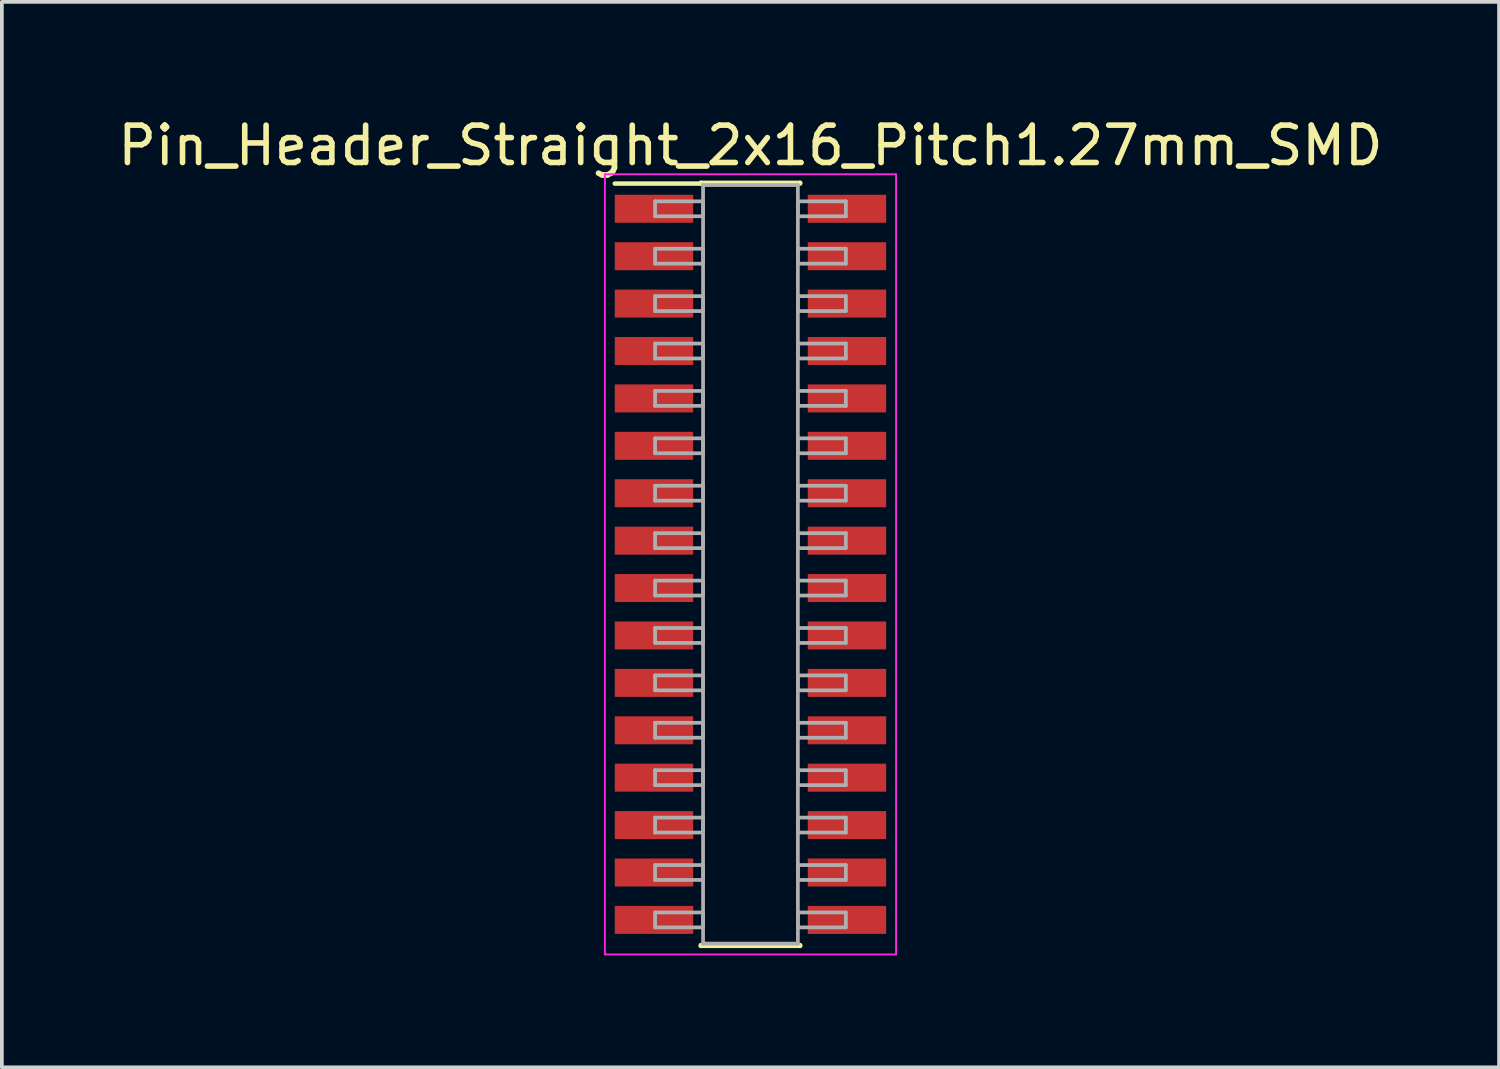
<source format=kicad_pcb>
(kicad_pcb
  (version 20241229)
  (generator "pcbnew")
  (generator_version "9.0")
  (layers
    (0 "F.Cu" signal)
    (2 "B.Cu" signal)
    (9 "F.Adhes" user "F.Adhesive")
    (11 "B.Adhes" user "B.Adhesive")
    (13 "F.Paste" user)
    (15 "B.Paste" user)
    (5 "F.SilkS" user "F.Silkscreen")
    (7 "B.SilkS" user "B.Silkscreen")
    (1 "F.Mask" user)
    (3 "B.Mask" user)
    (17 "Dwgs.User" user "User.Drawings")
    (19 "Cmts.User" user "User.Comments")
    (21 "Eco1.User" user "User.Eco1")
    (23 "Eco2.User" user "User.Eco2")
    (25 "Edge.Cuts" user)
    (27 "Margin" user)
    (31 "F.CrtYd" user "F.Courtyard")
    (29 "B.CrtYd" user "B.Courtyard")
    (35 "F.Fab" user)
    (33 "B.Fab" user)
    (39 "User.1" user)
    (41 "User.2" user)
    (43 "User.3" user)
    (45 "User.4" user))
  (footprint "Pin_Header_Straight_2x16_Pitch1.27mm_SMD"
    (layer "F.Cu")
    (at 17.054 12.068)
    (property "Reference" "Pin_Header_Straight_2x16_Pitch1.27mm_SMD" (at 0 -11.22 0) (layer "F.SilkS") (effects (font (size 1 1) (thickness 0.15))))
    (attr smd)
    (fp_line (start -3.635 -10.2) (end -1.33 -10.2) (stroke (width 0.12) (type solid)) (layer "F.SilkS"))
    (fp_line (start -1.33 -10.22) (end 1.33 -10.22) (stroke (width 0.12) (type solid)) (layer "F.SilkS"))
    (fp_line (start -1.33 -10.2) (end -1.33 -10.22) (stroke (width 0.12) (type solid)) (layer "F.SilkS"))
    (fp_line (start -1.33 10.2) (end -1.33 10.22) (stroke (width 0.12) (type solid)) (layer "F.SilkS"))
    (fp_line (start -1.33 10.22) (end 1.33 10.22) (stroke (width 0.12) (type solid)) (layer "F.SilkS"))
    (fp_line (start 1.33 -10.22) (end 1.33 -10.2) (stroke (width 0.12) (type solid)) (layer "F.SilkS"))
    (fp_line (start 1.33 10.22) (end 1.33 10.2) (stroke (width 0.12) (type solid)) (layer "F.SilkS"))
    (fp_line (start -3.9 -10.45) (end -3.9 10.45) (stroke (width 0.05) (type solid)) (layer "F.CrtYd"))
    (fp_line (start -3.9 10.45) (end 3.9 10.45) (stroke (width 0.05) (type solid)) (layer "F.CrtYd"))
    (fp_line (start 3.9 -10.45) (end -3.9 -10.45) (stroke (width 0.05) (type solid)) (layer "F.CrtYd"))
    (fp_line (start 3.9 10.45) (end 3.9 -10.45) (stroke (width 0.05) (type solid)) (layer "F.CrtYd"))
    (fp_line (start -2.555 -9.725) (end -1.27 -9.725) (stroke (width 0.1) (type solid)) (layer "F.Fab"))
    (fp_line (start -2.555 -9.325) (end -2.555 -9.725) (stroke (width 0.1) (type solid)) (layer "F.Fab"))
    (fp_line (start -2.555 -8.455) (end -1.27 -8.455) (stroke (width 0.1) (type solid)) (layer "F.Fab"))
    (fp_line (start -2.555 -8.055) (end -2.555 -8.455) (stroke (width 0.1) (type solid)) (layer "F.Fab"))
    (fp_line (start -2.555 -7.185) (end -1.27 -7.185) (stroke (width 0.1) (type solid)) (layer "F.Fab"))
    (fp_line (start -2.555 -6.785) (end -2.555 -7.185) (stroke (width 0.1) (type solid)) (layer "F.Fab"))
    (fp_line (start -2.555 -5.915) (end -1.27 -5.915) (stroke (width 0.1) (type solid)) (layer "F.Fab"))
    (fp_line (start -2.555 -5.515) (end -2.555 -5.915) (stroke (width 0.1) (type solid)) (layer "F.Fab"))
    (fp_line (start -2.555 -4.645) (end -1.27 -4.645) (stroke (width 0.1) (type solid)) (layer "F.Fab"))
    (fp_line (start -2.555 -4.245) (end -2.555 -4.645) (stroke (width 0.1) (type solid)) (layer "F.Fab"))
    (fp_line (start -2.555 -3.375) (end -1.27 -3.375) (stroke (width 0.1) (type solid)) (layer "F.Fab"))
    (fp_line (start -2.555 -2.975) (end -2.555 -3.375) (stroke (width 0.1) (type solid)) (layer "F.Fab"))
    (fp_line (start -2.555 -2.105) (end -1.27 -2.105) (stroke (width 0.1) (type solid)) (layer "F.Fab"))
    (fp_line (start -2.555 -1.705) (end -2.555 -2.105) (stroke (width 0.1) (type solid)) (layer "F.Fab"))
    (fp_line (start -2.555 -0.835) (end -1.27 -0.835) (stroke (width 0.1) (type solid)) (layer "F.Fab"))
    (fp_line (start -2.555 -0.435) (end -2.555 -0.835) (stroke (width 0.1) (type solid)) (layer "F.Fab"))
    (fp_line (start -2.555 0.435) (end -1.27 0.435) (stroke (width 0.1) (type solid)) (layer "F.Fab"))
    (fp_line (start -2.555 0.835) (end -2.555 0.435) (stroke (width 0.1) (type solid)) (layer "F.Fab"))
    (fp_line (start -2.555 1.705) (end -1.27 1.705) (stroke (width 0.1) (type solid)) (layer "F.Fab"))
    (fp_line (start -2.555 2.105) (end -2.555 1.705) (stroke (width 0.1) (type solid)) (layer "F.Fab"))
    (fp_line (start -2.555 2.975) (end -1.27 2.975) (stroke (width 0.1) (type solid)) (layer "F.Fab"))
    (fp_line (start -2.555 3.375) (end -2.555 2.975) (stroke (width 0.1) (type solid)) (layer "F.Fab"))
    (fp_line (start -2.555 4.245) (end -1.27 4.245) (stroke (width 0.1) (type solid)) (layer "F.Fab"))
    (fp_line (start -2.555 4.645) (end -2.555 4.245) (stroke (width 0.1) (type solid)) (layer "F.Fab"))
    (fp_line (start -2.555 5.515) (end -1.27 5.515) (stroke (width 0.1) (type solid)) (layer "F.Fab"))
    (fp_line (start -2.555 5.915) (end -2.555 5.515) (stroke (width 0.1) (type solid)) (layer "F.Fab"))
    (fp_line (start -2.555 6.785) (end -1.27 6.785) (stroke (width 0.1) (type solid)) (layer "F.Fab"))
    (fp_line (start -2.555 7.185) (end -2.555 6.785) (stroke (width 0.1) (type solid)) (layer "F.Fab"))
    (fp_line (start -2.555 8.055) (end -1.27 8.055) (stroke (width 0.1) (type solid)) (layer "F.Fab"))
    (fp_line (start -2.555 8.455) (end -2.555 8.055) (stroke (width 0.1) (type solid)) (layer "F.Fab"))
    (fp_line (start -2.555 9.325) (end -1.27 9.325) (stroke (width 0.1) (type solid)) (layer "F.Fab"))
    (fp_line (start -2.555 9.725) (end -2.555 9.325) (stroke (width 0.1) (type solid)) (layer "F.Fab"))
    (fp_line (start -1.27 -10.16) (end -1.27 10.16) (stroke (width 0.1) (type solid)) (layer "F.Fab"))
    (fp_line (start -1.27 -9.725) (end -1.27 -9.325) (stroke (width 0.1) (type solid)) (layer "F.Fab"))
    (fp_line (start -1.27 -9.325) (end -2.555 -9.325) (stroke (width 0.1) (type solid)) (layer "F.Fab"))
    (fp_line (start -1.27 -8.455) (end -1.27 -8.055) (stroke (width 0.1) (type solid)) (layer "F.Fab"))
    (fp_line (start -1.27 -8.055) (end -2.555 -8.055) (stroke (width 0.1) (type solid)) (layer "F.Fab"))
    (fp_line (start -1.27 -7.185) (end -1.27 -6.785) (stroke (width 0.1) (type solid)) (layer "F.Fab"))
    (fp_line (start -1.27 -6.785) (end -2.555 -6.785) (stroke (width 0.1) (type solid)) (layer "F.Fab"))
    (fp_line (start -1.27 -5.915) (end -1.27 -5.515) (stroke (width 0.1) (type solid)) (layer "F.Fab"))
    (fp_line (start -1.27 -5.515) (end -2.555 -5.515) (stroke (width 0.1) (type solid)) (layer "F.Fab"))
    (fp_line (start -1.27 -4.645) (end -1.27 -4.245) (stroke (width 0.1) (type solid)) (layer "F.Fab"))
    (fp_line (start -1.27 -4.245) (end -2.555 -4.245) (stroke (width 0.1) (type solid)) (layer "F.Fab"))
    (fp_line (start -1.27 -3.375) (end -1.27 -2.975) (stroke (width 0.1) (type solid)) (layer "F.Fab"))
    (fp_line (start -1.27 -2.975) (end -2.555 -2.975) (stroke (width 0.1) (type solid)) (layer "F.Fab"))
    (fp_line (start -1.27 -2.105) (end -1.27 -1.705) (stroke (width 0.1) (type solid)) (layer "F.Fab"))
    (fp_line (start -1.27 -1.705) (end -2.555 -1.705) (stroke (width 0.1) (type solid)) (layer "F.Fab"))
    (fp_line (start -1.27 -0.835) (end -1.27 -0.435) (stroke (width 0.1) (type solid)) (layer "F.Fab"))
    (fp_line (start -1.27 -0.435) (end -2.555 -0.435) (stroke (width 0.1) (type solid)) (layer "F.Fab"))
    (fp_line (start -1.27 0.435) (end -1.27 0.835) (stroke (width 0.1) (type solid)) (layer "F.Fab"))
    (fp_line (start -1.27 0.835) (end -2.555 0.835) (stroke (width 0.1) (type solid)) (layer "F.Fab"))
    (fp_line (start -1.27 1.705) (end -1.27 2.105) (stroke (width 0.1) (type solid)) (layer "F.Fab"))
    (fp_line (start -1.27 2.105) (end -2.555 2.105) (stroke (width 0.1) (type solid)) (layer "F.Fab"))
    (fp_line (start -1.27 2.975) (end -1.27 3.375) (stroke (width 0.1) (type solid)) (layer "F.Fab"))
    (fp_line (start -1.27 3.375) (end -2.555 3.375) (stroke (width 0.1) (type solid)) (layer "F.Fab"))
    (fp_line (start -1.27 4.245) (end -1.27 4.645) (stroke (width 0.1) (type solid)) (layer "F.Fab"))
    (fp_line (start -1.27 4.645) (end -2.555 4.645) (stroke (width 0.1) (type solid)) (layer "F.Fab"))
    (fp_line (start -1.27 5.515) (end -1.27 5.915) (stroke (width 0.1) (type solid)) (layer "F.Fab"))
    (fp_line (start -1.27 5.915) (end -2.555 5.915) (stroke (width 0.1) (type solid)) (layer "F.Fab"))
    (fp_line (start -1.27 6.785) (end -1.27 7.185) (stroke (width 0.1) (type solid)) (layer "F.Fab"))
    (fp_line (start -1.27 7.185) (end -2.555 7.185) (stroke (width 0.1) (type solid)) (layer "F.Fab"))
    (fp_line (start -1.27 8.055) (end -1.27 8.455) (stroke (width 0.1) (type solid)) (layer "F.Fab"))
    (fp_line (start -1.27 8.455) (end -2.555 8.455) (stroke (width 0.1) (type solid)) (layer "F.Fab"))
    (fp_line (start -1.27 9.325) (end -1.27 9.725) (stroke (width 0.1) (type solid)) (layer "F.Fab"))
    (fp_line (start -1.27 9.725) (end -2.555 9.725) (stroke (width 0.1) (type solid)) (layer "F.Fab"))
    (fp_line (start -1.27 10.16) (end 1.27 10.16) (stroke (width 0.1) (type solid)) (layer "F.Fab"))
    (fp_line (start 1.27 -10.16) (end -1.27 -10.16) (stroke (width 0.1) (type solid)) (layer "F.Fab"))
    (fp_line (start 1.27 -9.725) (end 1.27 -9.325) (stroke (width 0.1) (type solid)) (layer "F.Fab"))
    (fp_line (start 1.27 -9.325) (end 2.555 -9.325) (stroke (width 0.1) (type solid)) (layer "F.Fab"))
    (fp_line (start 1.27 -8.455) (end 1.27 -8.055) (stroke (width 0.1) (type solid)) (layer "F.Fab"))
    (fp_line (start 1.27 -8.055) (end 2.555 -8.055) (stroke (width 0.1) (type solid)) (layer "F.Fab"))
    (fp_line (start 1.27 -7.185) (end 1.27 -6.785) (stroke (width 0.1) (type solid)) (layer "F.Fab"))
    (fp_line (start 1.27 -6.785) (end 2.555 -6.785) (stroke (width 0.1) (type solid)) (layer "F.Fab"))
    (fp_line (start 1.27 -5.915) (end 1.27 -5.515) (stroke (width 0.1) (type solid)) (layer "F.Fab"))
    (fp_line (start 1.27 -5.515) (end 2.555 -5.515) (stroke (width 0.1) (type solid)) (layer "F.Fab"))
    (fp_line (start 1.27 -4.645) (end 1.27 -4.245) (stroke (width 0.1) (type solid)) (layer "F.Fab"))
    (fp_line (start 1.27 -4.245) (end 2.555 -4.245) (stroke (width 0.1) (type solid)) (layer "F.Fab"))
    (fp_line (start 1.27 -3.375) (end 1.27 -2.975) (stroke (width 0.1) (type solid)) (layer "F.Fab"))
    (fp_line (start 1.27 -2.975) (end 2.555 -2.975) (stroke (width 0.1) (type solid)) (layer "F.Fab"))
    (fp_line (start 1.27 -2.105) (end 1.27 -1.705) (stroke (width 0.1) (type solid)) (layer "F.Fab"))
    (fp_line (start 1.27 -1.705) (end 2.555 -1.705) (stroke (width 0.1) (type solid)) (layer "F.Fab"))
    (fp_line (start 1.27 -0.835) (end 1.27 -0.435) (stroke (width 0.1) (type solid)) (layer "F.Fab"))
    (fp_line (start 1.27 -0.435) (end 2.555 -0.435) (stroke (width 0.1) (type solid)) (layer "F.Fab"))
    (fp_line (start 1.27 0.435) (end 1.27 0.835) (stroke (width 0.1) (type solid)) (layer "F.Fab"))
    (fp_line (start 1.27 0.835) (end 2.555 0.835) (stroke (width 0.1) (type solid)) (layer "F.Fab"))
    (fp_line (start 1.27 1.705) (end 1.27 2.105) (stroke (width 0.1) (type solid)) (layer "F.Fab"))
    (fp_line (start 1.27 2.105) (end 2.555 2.105) (stroke (width 0.1) (type solid)) (layer "F.Fab"))
    (fp_line (start 1.27 2.975) (end 1.27 3.375) (stroke (width 0.1) (type solid)) (layer "F.Fab"))
    (fp_line (start 1.27 3.375) (end 2.555 3.375) (stroke (width 0.1) (type solid)) (layer "F.Fab"))
    (fp_line (start 1.27 4.245) (end 1.27 4.645) (stroke (width 0.1) (type solid)) (layer "F.Fab"))
    (fp_line (start 1.27 4.645) (end 2.555 4.645) (stroke (width 0.1) (type solid)) (layer "F.Fab"))
    (fp_line (start 1.27 5.515) (end 1.27 5.915) (stroke (width 0.1) (type solid)) (layer "F.Fab"))
    (fp_line (start 1.27 5.915) (end 2.555 5.915) (stroke (width 0.1) (type solid)) (layer "F.Fab"))
    (fp_line (start 1.27 6.785) (end 1.27 7.185) (stroke (width 0.1) (type solid)) (layer "F.Fab"))
    (fp_line (start 1.27 7.185) (end 2.555 7.185) (stroke (width 0.1) (type solid)) (layer "F.Fab"))
    (fp_line (start 1.27 8.055) (end 1.27 8.455) (stroke (width 0.1) (type solid)) (layer "F.Fab"))
    (fp_line (start 1.27 8.455) (end 2.555 8.455) (stroke (width 0.1) (type solid)) (layer "F.Fab"))
    (fp_line (start 1.27 9.325) (end 1.27 9.725) (stroke (width 0.1) (type solid)) (layer "F.Fab"))
    (fp_line (start 1.27 9.725) (end 2.555 9.725) (stroke (width 0.1) (type solid)) (layer "F.Fab"))
    (fp_line (start 1.27 10.16) (end 1.27 -10.16) (stroke (width 0.1) (type solid)) (layer "F.Fab"))
    (fp_line (start 2.555 -9.725) (end 1.27 -9.725) (stroke (width 0.1) (type solid)) (layer "F.Fab"))
    (fp_line (start 2.555 -9.325) (end 2.555 -9.725) (stroke (width 0.1) (type solid)) (layer "F.Fab"))
    (fp_line (start 2.555 -8.455) (end 1.27 -8.455) (stroke (width 0.1) (type solid)) (layer "F.Fab"))
    (fp_line (start 2.555 -8.055) (end 2.555 -8.455) (stroke (width 0.1) (type solid)) (layer "F.Fab"))
    (fp_line (start 2.555 -7.185) (end 1.27 -7.185) (stroke (width 0.1) (type solid)) (layer "F.Fab"))
    (fp_line (start 2.555 -6.785) (end 2.555 -7.185) (stroke (width 0.1) (type solid)) (layer "F.Fab"))
    (fp_line (start 2.555 -5.915) (end 1.27 -5.915) (stroke (width 0.1) (type solid)) (layer "F.Fab"))
    (fp_line (start 2.555 -5.515) (end 2.555 -5.915) (stroke (width 0.1) (type solid)) (layer "F.Fab"))
    (fp_line (start 2.555 -4.645) (end 1.27 -4.645) (stroke (width 0.1) (type solid)) (layer "F.Fab"))
    (fp_line (start 2.555 -4.245) (end 2.555 -4.645) (stroke (width 0.1) (type solid)) (layer "F.Fab"))
    (fp_line (start 2.555 -3.375) (end 1.27 -3.375) (stroke (width 0.1) (type solid)) (layer "F.Fab"))
    (fp_line (start 2.555 -2.975) (end 2.555 -3.375) (stroke (width 0.1) (type solid)) (layer "F.Fab"))
    (fp_line (start 2.555 -2.105) (end 1.27 -2.105) (stroke (width 0.1) (type solid)) (layer "F.Fab"))
    (fp_line (start 2.555 -1.705) (end 2.555 -2.105) (stroke (width 0.1) (type solid)) (layer "F.Fab"))
    (fp_line (start 2.555 -0.835) (end 1.27 -0.835) (stroke (width 0.1) (type solid)) (layer "F.Fab"))
    (fp_line (start 2.555 -0.435) (end 2.555 -0.835) (stroke (width 0.1) (type solid)) (layer "F.Fab"))
    (fp_line (start 2.555 0.435) (end 1.27 0.435) (stroke (width 0.1) (type solid)) (layer "F.Fab"))
    (fp_line (start 2.555 0.835) (end 2.555 0.435) (stroke (width 0.1) (type solid)) (layer "F.Fab"))
    (fp_line (start 2.555 1.705) (end 1.27 1.705) (stroke (width 0.1) (type solid)) (layer "F.Fab"))
    (fp_line (start 2.555 2.105) (end 2.555 1.705) (stroke (width 0.1) (type solid)) (layer "F.Fab"))
    (fp_line (start 2.555 2.975) (end 1.27 2.975) (stroke (width 0.1) (type solid)) (layer "F.Fab"))
    (fp_line (start 2.555 3.375) (end 2.555 2.975) (stroke (width 0.1) (type solid)) (layer "F.Fab"))
    (fp_line (start 2.555 4.245) (end 1.27 4.245) (stroke (width 0.1) (type solid)) (layer "F.Fab"))
    (fp_line (start 2.555 4.645) (end 2.555 4.245) (stroke (width 0.1) (type solid)) (layer "F.Fab"))
    (fp_line (start 2.555 5.515) (end 1.27 5.515) (stroke (width 0.1) (type solid)) (layer "F.Fab"))
    (fp_line (start 2.555 5.915) (end 2.555 5.515) (stroke (width 0.1) (type solid)) (layer "F.Fab"))
    (fp_line (start 2.555 6.785) (end 1.27 6.785) (stroke (width 0.1) (type solid)) (layer "F.Fab"))
    (fp_line (start 2.555 7.185) (end 2.555 6.785) (stroke (width 0.1) (type solid)) (layer "F.Fab"))
    (fp_line (start 2.555 8.055) (end 1.27 8.055) (stroke (width 0.1) (type solid)) (layer "F.Fab"))
    (fp_line (start 2.555 8.455) (end 2.555 8.055) (stroke (width 0.1) (type solid)) (layer "F.Fab"))
    (fp_line (start 2.555 9.325) (end 1.27 9.325) (stroke (width 0.1) (type solid)) (layer "F.Fab"))
    (fp_line (start 2.555 9.725) (end 2.555 9.325) (stroke (width 0.1) (type solid)) (layer "F.Fab"))
    (pad "1" smd rect (at -2.585 -9.525) (size 2.1 0.75) (layers "F.Cu" "F.Mask"))
    (pad "2" smd rect (at 2.585 -9.525) (size 2.1 0.75) (layers "F.Cu" "F.Mask"))
    (pad "3" smd rect (at -2.585 -8.255) (size 2.1 0.75) (layers "F.Cu" "F.Mask"))
    (pad "4" smd rect (at 2.585 -8.255) (size 2.1 0.75) (layers "F.Cu" "F.Mask"))
    (pad "5" smd rect (at -2.585 -6.985) (size 2.1 0.75) (layers "F.Cu" "F.Mask"))
    (pad "6" smd rect (at 2.585 -6.985) (size 2.1 0.75) (layers "F.Cu" "F.Mask"))
    (pad "7" smd rect (at -2.585 -5.715) (size 2.1 0.75) (layers "F.Cu" "F.Mask"))
    (pad "8" smd rect (at 2.585 -5.715) (size 2.1 0.75) (layers "F.Cu" "F.Mask"))
    (pad "9" smd rect (at -2.585 -4.445) (size 2.1 0.75) (layers "F.Cu" "F.Mask"))
    (pad "10" smd rect (at 2.585 -4.445) (size 2.1 0.75) (layers "F.Cu" "F.Mask"))
    (pad "11" smd rect (at -2.585 -3.175) (size 2.1 0.75) (layers "F.Cu" "F.Mask"))
    (pad "12" smd rect (at 2.585 -3.175) (size 2.1 0.75) (layers "F.Cu" "F.Mask"))
    (pad "13" smd rect (at -2.585 -1.905) (size 2.1 0.75) (layers "F.Cu" "F.Mask"))
    (pad "14" smd rect (at 2.585 -1.905) (size 2.1 0.75) (layers "F.Cu" "F.Mask"))
    (pad "15" smd rect (at -2.585 -0.635) (size 2.1 0.75) (layers "F.Cu" "F.Mask"))
    (pad "16" smd rect (at 2.585 -0.635) (size 2.1 0.75) (layers "F.Cu" "F.Mask"))
    (pad "17" smd rect (at -2.585 0.635) (size 2.1 0.75) (layers "F.Cu" "F.Mask"))
    (pad "18" smd rect (at 2.585 0.635) (size 2.1 0.75) (layers "F.Cu" "F.Mask"))
    (pad "19" smd rect (at -2.585 1.905) (size 2.1 0.75) (layers "F.Cu" "F.Mask"))
    (pad "20" smd rect (at 2.585 1.905) (size 2.1 0.75) (layers "F.Cu" "F.Mask"))
    (pad "21" smd rect (at -2.585 3.175) (size 2.1 0.75) (layers "F.Cu" "F.Mask"))
    (pad "22" smd rect (at 2.585 3.175) (size 2.1 0.75) (layers "F.Cu" "F.Mask"))
    (pad "23" smd rect (at -2.585 4.445) (size 2.1 0.75) (layers "F.Cu" "F.Mask"))
    (pad "24" smd rect (at 2.585 4.445) (size 2.1 0.75) (layers "F.Cu" "F.Mask"))
    (pad "25" smd rect (at -2.585 5.715) (size 2.1 0.75) (layers "F.Cu" "F.Mask"))
    (pad "26" smd rect (at 2.585 5.715) (size 2.1 0.75) (layers "F.Cu" "F.Mask"))
    (pad "27" smd rect (at -2.585 6.985) (size 2.1 0.75) (layers "F.Cu" "F.Mask"))
    (pad "28" smd rect (at 2.585 6.985) (size 2.1 0.75) (layers "F.Cu" "F.Mask"))
    (pad "29" smd rect (at -2.585 8.255) (size 2.1 0.75) (layers "F.Cu" "F.Mask"))
    (pad "30" smd rect (at 2.585 8.255) (size 2.1 0.75) (layers "F.Cu" "F.Mask"))
    (pad "31" smd rect (at -2.585 9.525) (size 2.1 0.75) (layers "F.Cu" "F.Mask"))
    (pad "32" smd rect (at 2.585 9.525) (size 2.1 0.75) (layers "F.Cu" "F.Mask")))
  (gr_rect
    (start -3 -3)
    (end 37.107 25.543)
    (stroke (width 0.1) (type default))
    (fill no)
    (layer "Edge.Cuts")))
</source>
